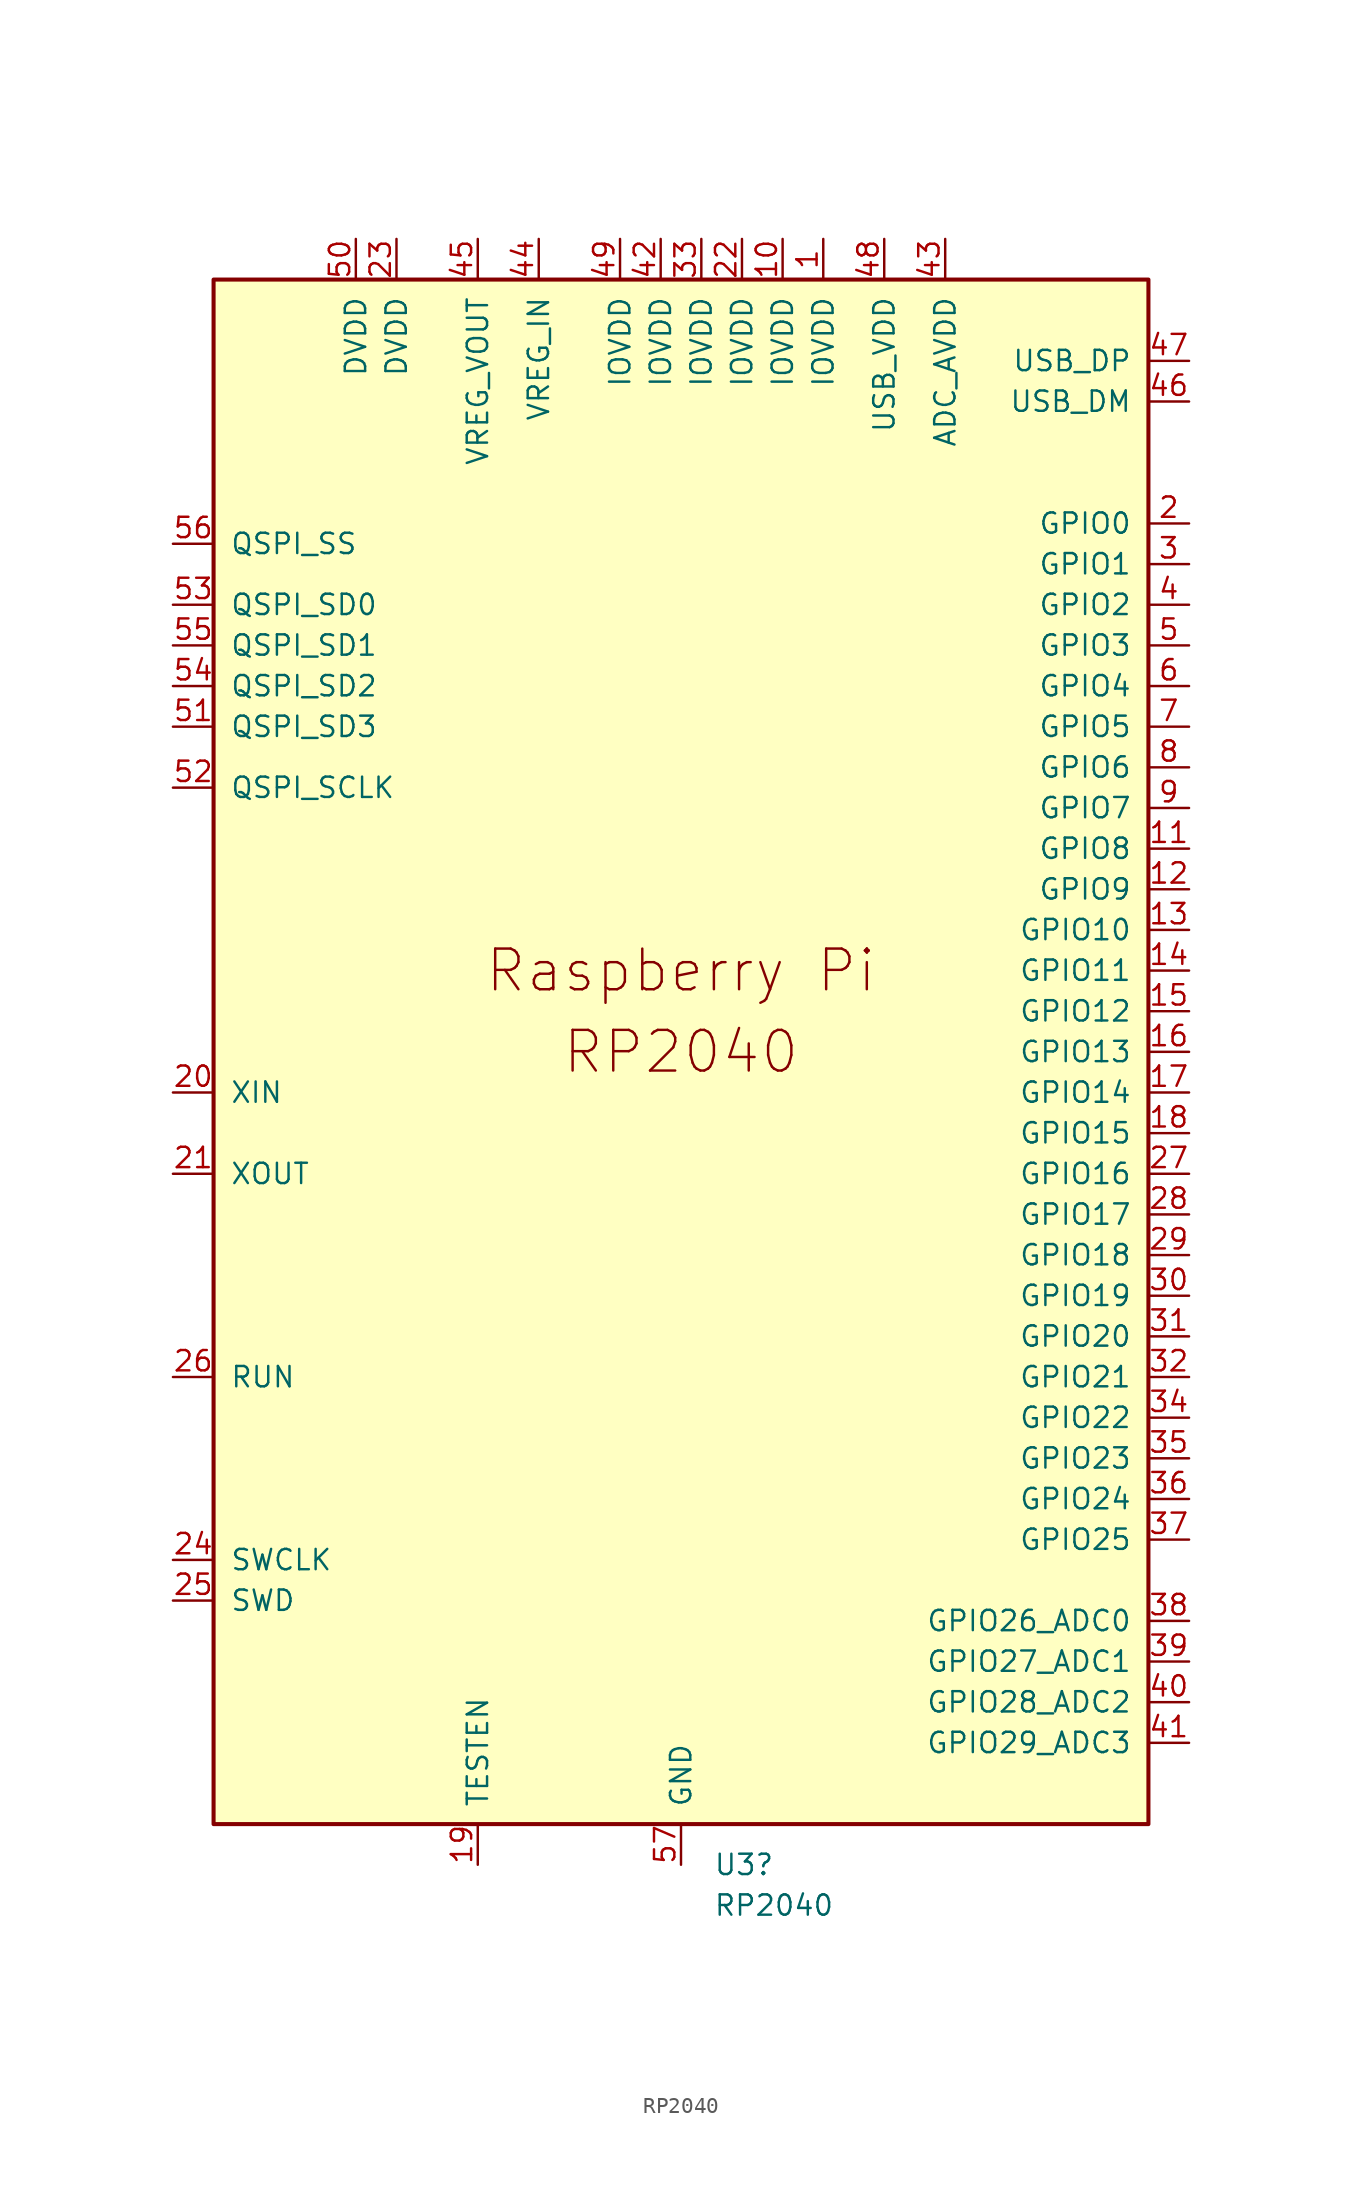
<source format=kicad_sym>
(kicad_symbol_lib
  (version 20211014)
  (generator kicad_symbol_editor)
  (symbol "RP2040"
    (pin_names
      (offset 1.016))
    (property "Reference" "U3"
      (at 2.019 -50.8 0)
      (effects (font (size 1.27 1.27)) (justify left)))
    (property "Value" "RP2040"
      (at 2.019 -53.34 0)
      (effects (font (size 1.27 1.27)) (justify left)))
    (symbol "RP2040_0_0"
      (text "Raspberry Pi" (at 0 5.08 0) (effects (font (size 2.54 2.54))))
      (text "RP2040" (at 0 0 0) (effects (font (size 2.54 2.54)))))
    (symbol "RP2040_0_1"
      (rectangle (start 29.21 48.26) (end -29.21 -48.26) (stroke (width 0.254) (type default) (color 0 0 0 0)) (fill (type background))))
    (symbol "RP2040_1_1"
      (pin power_in line (at 8.89 50.8 270) (length 2.54) (name "IOVDD" (effects (font (size 1.27 1.27)))) (number "1" (effects (font (size 1.27 1.27)))))
      (pin power_in line (at 6.35 50.8 270) (length 2.54) (name "IOVDD" (effects (font (size 1.27 1.27)))) (number "10" (effects (font (size 1.27 1.27)))))
      (pin bidirectional line (at 31.75 12.7 180) (length 2.54) (name "GPIO8" (effects (font (size 1.27 1.27)))) (number "11" (effects (font (size 1.27 1.27)))))
      (pin bidirectional line (at 31.75 10.16 180) (length 2.54) (name "GPIO9" (effects (font (size 1.27 1.27)))) (number "12" (effects (font (size 1.27 1.27)))))
      (pin bidirectional line (at 31.75 7.62 180) (length 2.54) (name "GPIO10" (effects (font (size 1.27 1.27)))) (number "13" (effects (font (size 1.27 1.27)))))
      (pin bidirectional line (at 31.75 5.08 180) (length 2.54) (name "GPIO11" (effects (font (size 1.27 1.27)))) (number "14" (effects (font (size 1.27 1.27)))))
      (pin bidirectional line (at 31.75 2.54 180) (length 2.54) (name "GPIO12" (effects (font (size 1.27 1.27)))) (number "15" (effects (font (size 1.27 1.27)))))
      (pin bidirectional line (at 31.75 0 180) (length 2.54) (name "GPIO13" (effects (font (size 1.27 1.27)))) (number "16" (effects (font (size 1.27 1.27)))))
      (pin bidirectional line (at 31.75 -2.54 180) (length 2.54) (name "GPIO14" (effects (font (size 1.27 1.27)))) (number "17" (effects (font (size 1.27 1.27)))))
      (pin bidirectional line (at 31.75 -5.08 180) (length 2.54) (name "GPIO15" (effects (font (size 1.27 1.27)))) (number "18" (effects (font (size 1.27 1.27)))))
      (pin passive line (at -12.7 -50.8 90) (length 2.54) (name "TESTEN" (effects (font (size 1.27 1.27)))) (number "19" (effects (font (size 1.27 1.27)))))
      (pin bidirectional line (at 31.75 33.02 180) (length 2.54) (name "GPIO0" (effects (font (size 1.27 1.27)))) (number "2" (effects (font (size 1.27 1.27)))))
      (pin input line (at -31.75 -2.54 0) (length 2.54) (name "XIN" (effects (font (size 1.27 1.27)))) (number "20" (effects (font (size 1.27 1.27)))))
      (pin passive line (at -31.75 -7.62 0) (length 2.54) (name "XOUT" (effects (font (size 1.27 1.27)))) (number "21" (effects (font (size 1.27 1.27)))))
      (pin power_in line (at 3.81 50.8 270) (length 2.54) (name "IOVDD" (effects (font (size 1.27 1.27)))) (number "22" (effects (font (size 1.27 1.27)))))
      (pin power_in line (at -17.78 50.8 270) (length 2.54) (name "DVDD" (effects (font (size 1.27 1.27)))) (number "23" (effects (font (size 1.27 1.27)))))
      (pin output line (at -31.75 -31.75 0) (length 2.54) (name "SWCLK" (effects (font (size 1.27 1.27)))) (number "24" (effects (font (size 1.27 1.27)))))
      (pin bidirectional line (at -31.75 -34.29 0) (length 2.54) (name "SWD" (effects (font (size 1.27 1.27)))) (number "25" (effects (font (size 1.27 1.27)))))
      (pin input line (at -31.75 -20.32 0) (length 2.54) (name "RUN" (effects (font (size 1.27 1.27)))) (number "26" (effects (font (size 1.27 1.27)))))
      (pin bidirectional line (at 31.75 -7.62 180) (length 2.54) (name "GPIO16" (effects (font (size 1.27 1.27)))) (number "27" (effects (font (size 1.27 1.27)))))
      (pin bidirectional line (at 31.75 -10.16 180) (length 2.54) (name "GPIO17" (effects (font (size 1.27 1.27)))) (number "28" (effects (font (size 1.27 1.27)))))
      (pin bidirectional line (at 31.75 -12.7 180) (length 2.54) (name "GPIO18" (effects (font (size 1.27 1.27)))) (number "29" (effects (font (size 1.27 1.27)))))
      (pin bidirectional line (at 31.75 30.48 180) (length 2.54) (name "GPIO1" (effects (font (size 1.27 1.27)))) (number "3" (effects (font (size 1.27 1.27)))))
      (pin bidirectional line (at 31.75 -15.24 180) (length 2.54) (name "GPIO19" (effects (font (size 1.27 1.27)))) (number "30" (effects (font (size 1.27 1.27)))))
      (pin bidirectional line (at 31.75 -17.78 180) (length 2.54) (name "GPIO20" (effects (font (size 1.27 1.27)))) (number "31" (effects (font (size 1.27 1.27)))))
      (pin bidirectional line (at 31.75 -20.32 180) (length 2.54) (name "GPIO21" (effects (font (size 1.27 1.27)))) (number "32" (effects (font (size 1.27 1.27)))))
      (pin power_in line (at 1.27 50.8 270) (length 2.54) (name "IOVDD" (effects (font (size 1.27 1.27)))) (number "33" (effects (font (size 1.27 1.27)))))
      (pin bidirectional line (at 31.75 -22.86 180) (length 2.54) (name "GPIO22" (effects (font (size 1.27 1.27)))) (number "34" (effects (font (size 1.27 1.27)))))
      (pin bidirectional line (at 31.75 -25.4 180) (length 2.54) (name "GPIO23" (effects (font (size 1.27 1.27)))) (number "35" (effects (font (size 1.27 1.27)))))
      (pin bidirectional line (at 31.75 -27.94 180) (length 2.54) (name "GPIO24" (effects (font (size 1.27 1.27)))) (number "36" (effects (font (size 1.27 1.27)))))
      (pin bidirectional line (at 31.75 -30.48 180) (length 2.54) (name "GPIO25" (effects (font (size 1.27 1.27)))) (number "37" (effects (font (size 1.27 1.27)))))
      (pin bidirectional line (at 31.75 -35.56 180) (length 2.54) (name "GPIO26_ADC0" (effects (font (size 1.27 1.27)))) (number "38" (effects (font (size 1.27 1.27)))))
      (pin bidirectional line (at 31.75 -38.1 180) (length 2.54) (name "GPIO27_ADC1" (effects (font (size 1.27 1.27)))) (number "39" (effects (font (size 1.27 1.27)))))
      (pin bidirectional line (at 31.75 27.94 180) (length 2.54) (name "GPIO2" (effects (font (size 1.27 1.27)))) (number "4" (effects (font (size 1.27 1.27)))))
      (pin bidirectional line (at 31.75 -40.64 180) (length 2.54) (name "GPIO28_ADC2" (effects (font (size 1.27 1.27)))) (number "40" (effects (font (size 1.27 1.27)))))
      (pin bidirectional line (at 31.75 -43.18 180) (length 2.54) (name "GPIO29_ADC3" (effects (font (size 1.27 1.27)))) (number "41" (effects (font (size 1.27 1.27)))))
      (pin power_in line (at -1.27 50.8 270) (length 2.54) (name "IOVDD" (effects (font (size 1.27 1.27)))) (number "42" (effects (font (size 1.27 1.27)))))
      (pin power_in line (at 16.51 50.8 270) (length 2.54) (name "ADC_AVDD" (effects (font (size 1.27 1.27)))) (number "43" (effects (font (size 1.27 1.27)))))
      (pin power_in line (at -8.89 50.8 270) (length 2.54) (name "VREG_IN" (effects (font (size 1.27 1.27)))) (number "44" (effects (font (size 1.27 1.27)))))
      (pin power_out line (at -12.7 50.8 270) (length 2.54) (name "VREG_VOUT" (effects (font (size 1.27 1.27)))) (number "45" (effects (font (size 1.27 1.27)))))
      (pin bidirectional line (at 31.75 40.64 180) (length 2.54) (name "USB_DM" (effects (font (size 1.27 1.27)))) (number "46" (effects (font (size 1.27 1.27)))))
      (pin bidirectional line (at 31.75 43.18 180) (length 2.54) (name "USB_DP" (effects (font (size 1.27 1.27)))) (number "47" (effects (font (size 1.27 1.27)))))
      (pin power_in line (at 12.7 50.8 270) (length 2.54) (name "USB_VDD" (effects (font (size 1.27 1.27)))) (number "48" (effects (font (size 1.27 1.27)))))
      (pin power_in line (at -3.81 50.8 270) (length 2.54) (name "IOVDD" (effects (font (size 1.27 1.27)))) (number "49" (effects (font (size 1.27 1.27)))))
      (pin bidirectional line (at 31.75 25.4 180) (length 2.54) (name "GPIO3" (effects (font (size 1.27 1.27)))) (number "5" (effects (font (size 1.27 1.27)))))
      (pin power_in line (at -20.32 50.8 270) (length 2.54) (name "DVDD" (effects (font (size 1.27 1.27)))) (number "50" (effects (font (size 1.27 1.27)))))
      (pin bidirectional line (at -31.75 20.32 0) (length 2.54) (name "QSPI_SD3" (effects (font (size 1.27 1.27)))) (number "51" (effects (font (size 1.27 1.27)))))
      (pin output line (at -31.75 16.51 0) (length 2.54) (name "QSPI_SCLK" (effects (font (size 1.27 1.27)))) (number "52" (effects (font (size 1.27 1.27)))))
      (pin bidirectional line (at -31.75 27.94 0) (length 2.54) (name "QSPI_SD0" (effects (font (size 1.27 1.27)))) (number "53" (effects (font (size 1.27 1.27)))))
      (pin bidirectional line (at -31.75 22.86 0) (length 2.54) (name "QSPI_SD2" (effects (font (size 1.27 1.27)))) (number "54" (effects (font (size 1.27 1.27)))))
      (pin bidirectional line (at -31.75 25.4 0) (length 2.54) (name "QSPI_SD1" (effects (font (size 1.27 1.27)))) (number "55" (effects (font (size 1.27 1.27)))))
      (pin bidirectional line (at -31.75 31.75 0) (length 2.54) (name "QSPI_SS" (effects (font (size 1.27 1.27)))) (number "56" (effects (font (size 1.27 1.27)))))
      (pin power_in line (at 0 -50.8 90) (length 2.54) (name "GND" (effects (font (size 1.27 1.27)))) (number "57" (effects (font (size 1.27 1.27)))))
      (pin bidirectional line (at 31.75 22.86 180) (length 2.54) (name "GPIO4" (effects (font (size 1.27 1.27)))) (number "6" (effects (font (size 1.27 1.27)))))
      (pin bidirectional line (at 31.75 20.32 180) (length 2.54) (name "GPIO5" (effects (font (size 1.27 1.27)))) (number "7" (effects (font (size 1.27 1.27)))))
      (pin bidirectional line (at 31.75 17.78 180) (length 2.54) (name "GPIO6" (effects (font (size 1.27 1.27)))) (number "8" (effects (font (size 1.27 1.27)))))
      (pin bidirectional line (at 31.75 15.24 180) (length 2.54) (name "GPIO7" (effects (font (size 1.27 1.27)))) (number "9" (effects (font (size 1.27 1.27))))))))
</source>
